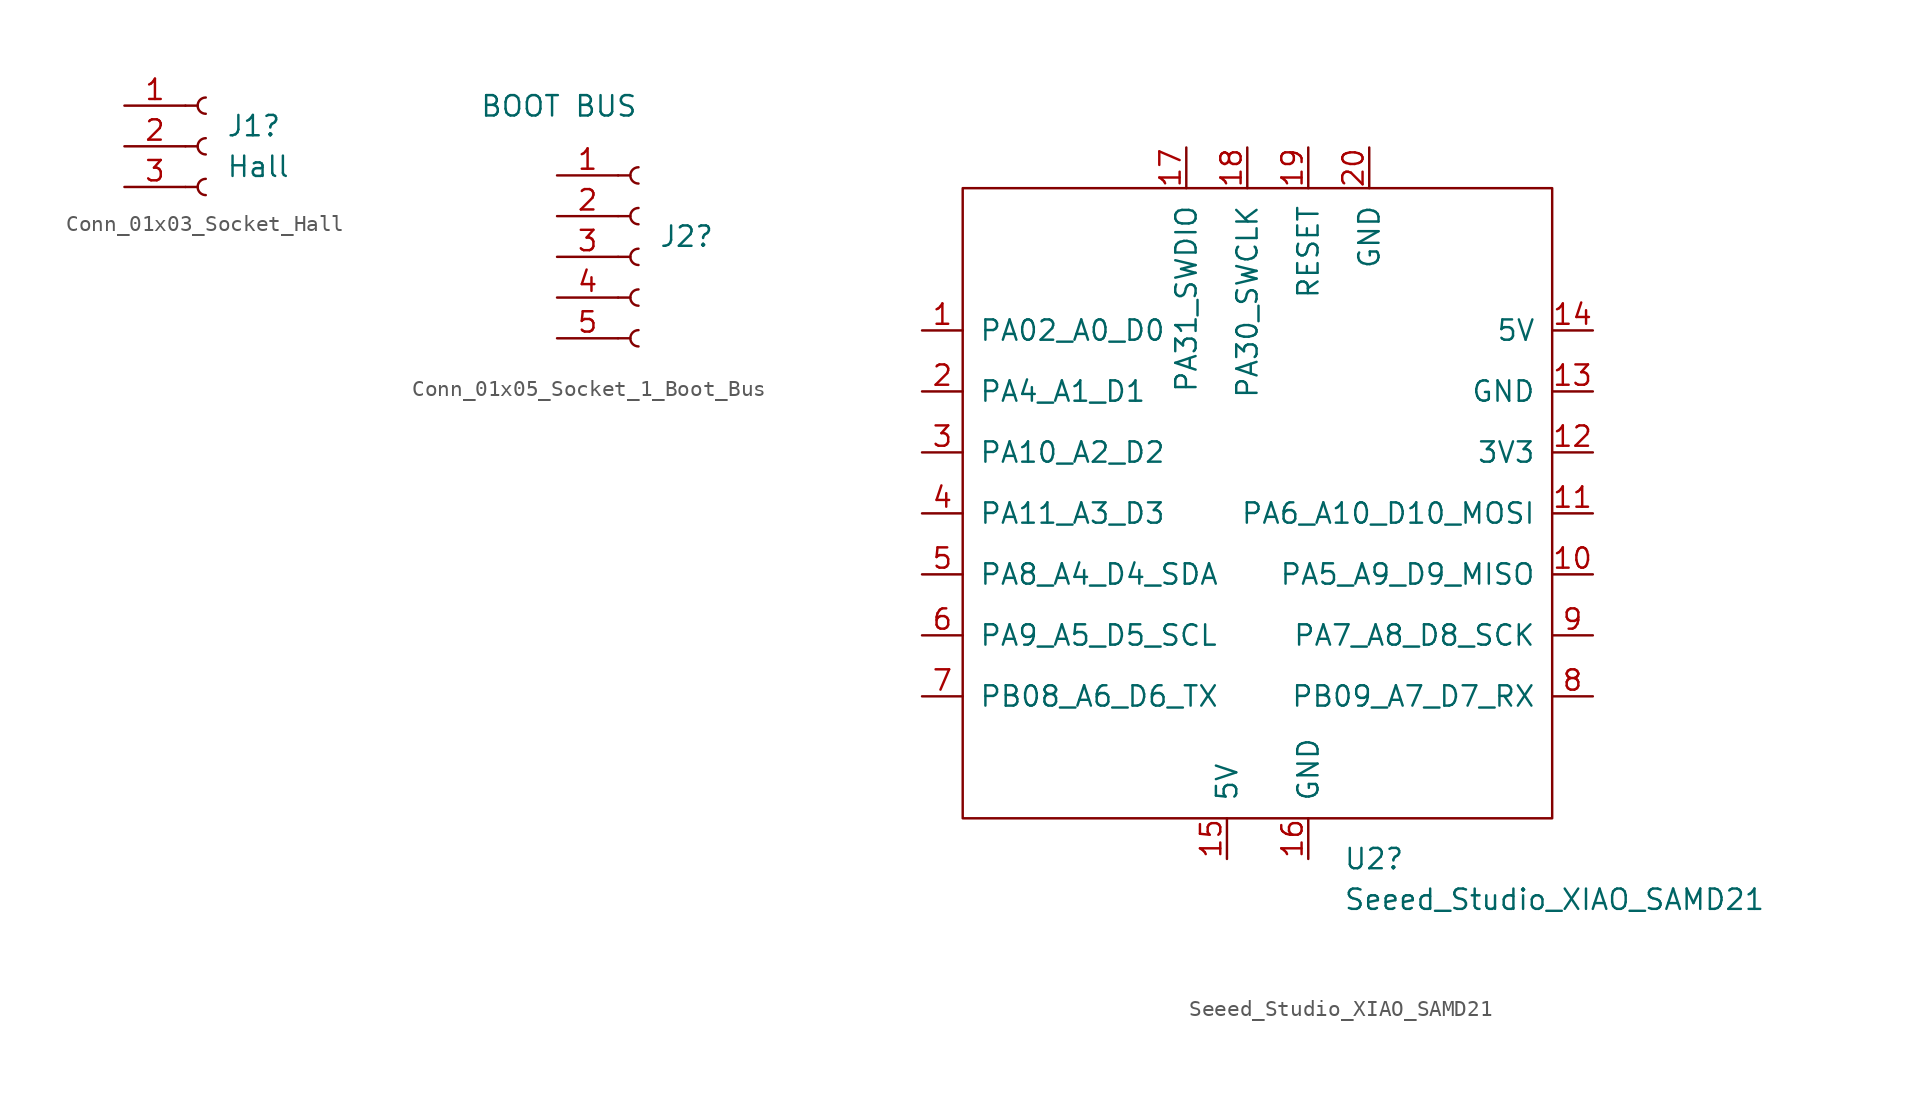
<source format=kicad_sym>
(kicad_symbol_lib
  (version 20231120)
  (generator "kicad_symbol_editor")
  (generator_version "8.0")
  (symbol "Conn_01x03_Socket_Hall"
    (pin_names
      (offset 1.016) hide)
    (property "Reference" "J1"
      (at 1.27 1.27 0)
      (effects (font (size 1.27 1.27)) (justify left)))
    (property "Value" "Hall"
      (at 1.27 -1.27 0)
      (effects (font (size 1.27 1.27)) (justify left)))
    (property "ki_locked" ""
      (at 0 0 0)
      (effects (font (size 1.27 1.27))))
    (symbol "Conn_01x03_Socket_Hall_1_1"
      (arc (start 0 -2.032) (mid -0.5058 -2.54) (end 0 -3.048) (stroke (width 0.1524) (type default)) (fill (type none)))
      (polyline (pts (xy -1.27 -2.54) (xy -0.508 -2.54)) (stroke (width 0.152) (type default)) (fill (type none)))
      (polyline (pts (xy -1.27 0) (xy -0.508 0)) (stroke (width 0.152) (type default)) (fill (type none)))
      (polyline (pts (xy -1.27 2.54) (xy -0.508 2.54)) (stroke (width 0.152) (type default)) (fill (type none)))
      (arc (start 0 0.508) (mid -0.5058 0) (end 0 -0.508) (stroke (width 0.1524) (type default)) (fill (type none)))
      (arc (start 0 3.048) (mid -0.5058 2.54) (end 0 2.032) (stroke (width 0.1524) (type default)) (fill (type none)))
      (pin power_in line (at -5.08 2.54 0) (length 3.81) (name "Pin_1" (effects (font (size 1.27 1.27)))) (number "1" (effects (font (size 1.27 1.27)))))
      (pin power_in line (at -5.08 0 0) (length 3.81) (name "Pin_2" (effects (font (size 1.27 1.27)))) (number "2" (effects (font (size 1.27 1.27)))))
      (pin output line (at -5.08 -2.54 0) (length 3.81) (name "Pin_3" (effects (font (size 1.27 1.27)))) (number "3" (effects (font (size 1.27 1.27)))))))
  (symbol "Conn_01x05_Socket_1_Boot_Bus"
    (pin_names
      (offset 1.016) hide)
    (property "Reference" "J2"
      (at 1.27 1.27 0)
      (effects (font (size 1.27 1.27)) (justify left)))
    (property "Value" "BOOT BUS"
      (at -9.906 9.398 0)
      (effects (font (size 1.27 1.27)) (justify left)))
    (property "ki_locked" ""
      (at 0 0 0)
      (effects (font (size 1.27 1.27))))
    (symbol "Conn_01x05_Socket_1_Boot_Bus_1_1"
      (arc (start 0 -4.572) (mid -0.5058 -5.08) (end 0 -5.588) (stroke (width 0.1524) (type default)) (fill (type none)))
      (arc (start 0 -2.032) (mid -0.5058 -2.54) (end 0 -3.048) (stroke (width 0.1524) (type default)) (fill (type none)))
      (polyline (pts (xy -1.27 -5.08) (xy -0.508 -5.08)) (stroke (width 0.152) (type default)) (fill (type none)))
      (polyline (pts (xy -1.27 -2.54) (xy -0.508 -2.54)) (stroke (width 0.152) (type default)) (fill (type none)))
      (polyline (pts (xy -1.27 0) (xy -0.508 0)) (stroke (width 0.152) (type default)) (fill (type none)))
      (polyline (pts (xy -1.27 2.54) (xy -0.508 2.54)) (stroke (width 0.152) (type default)) (fill (type none)))
      (polyline (pts (xy -1.27 5.08) (xy -0.508 5.08)) (stroke (width 0.152) (type default)) (fill (type none)))
      (arc (start 0 0.508) (mid -0.5058 0) (end 0 -0.508) (stroke (width 0.1524) (type default)) (fill (type none)))
      (arc (start 0 3.048) (mid -0.5058 2.54) (end 0 2.032) (stroke (width 0.1524) (type default)) (fill (type none)))
      (arc (start 0 5.588) (mid -0.5058 5.08) (end 0 4.572) (stroke (width 0.1524) (type default)) (fill (type none)))
      (pin passive line (at -5.08 5.08 0) (length 3.81) (name "Pin_1" (effects (font (size 1.27 1.27)))) (number "1" (effects (font (size 1.27 1.27)))))
      (pin passive line (at -5.08 2.54 0) (length 3.81) (name "Pin_2" (effects (font (size 1.27 1.27)))) (number "2" (effects (font (size 1.27 1.27)))))
      (pin power_out line (at -5.08 0 0) (length 3.81) (name "Pin_3" (effects (font (size 1.27 1.27)))) (number "3" (effects (font (size 1.27 1.27)))))
      (pin power_out line (at -5.08 -2.54 0) (length 3.81) (name "Pin_4" (effects (font (size 1.27 1.27)))) (number "4" (effects (font (size 1.27 1.27)))))
      (pin power_out line (at -5.08 -5.08 0) (length 3.81) (name "Pin_5" (effects (font (size 1.27 1.27)))) (number "5" (effects (font (size 1.27 1.27)))))))
  (symbol "Seeed_Studio_XIAO_SAMD21"
    (pin_names
      (offset 1.016))
    (property "Reference" "U2"
      (at 4.734 -21.59 0)
      (effects (font (size 1.27 1.27)) (justify left)))
    (property "Value" "Seeed_Studio_XIAO_SAMD21"
      (at 4.734 -24.13 0)
      (effects (font (size 1.27 1.27)) (justify left)))
    (symbol "Seeed_Studio_XIAO_SAMD21_0_1"
      (rectangle (start -19.05 20.32) (end 17.78 -19.05) (stroke (width 0) (type default)) (fill (type none))))
    (symbol "Seeed_Studio_XIAO_SAMD21_1_1"
      (pin input line (at -21.59 11.43 0) (length 2.54) (name "PA02_A0_D0" (effects (font (size 1.27 1.27)))) (number "1" (effects (font (size 1.27 1.27)))))
      (pin unspecified line (at 20.32 -3.81 180) (length 2.54) (name "PA5_A9_D9_MISO" (effects (font (size 1.27 1.27)))) (number "10" (effects (font (size 1.27 1.27)))))
      (pin unspecified line (at 20.32 0 180) (length 2.54) (name "PA6_A10_D10_MOSI" (effects (font (size 1.27 1.27)))) (number "11" (effects (font (size 1.27 1.27)))))
      (pin power_out line (at 20.32 3.81 180) (length 2.54) (name "3V3" (effects (font (size 1.27 1.27)))) (number "12" (effects (font (size 1.27 1.27)))))
      (pin power_in line (at 20.32 7.62 180) (length 2.54) (name "GND" (effects (font (size 1.27 1.27)))) (number "13" (effects (font (size 1.27 1.27)))))
      (pin power_in line (at 20.32 11.43 180) (length 2.54) (name "5V" (effects (font (size 1.27 1.27)))) (number "14" (effects (font (size 1.27 1.27)))))
      (pin power_in line (at -2.54 -21.59 90) (length 2.54) (name "5V" (effects (font (size 1.27 1.27)))) (number "15" (effects (font (size 1.27 1.27)))))
      (pin power_in line (at 2.54 -21.59 90) (length 2.54) (name "GND" (effects (font (size 1.27 1.27)))) (number "16" (effects (font (size 1.27 1.27)))))
      (pin input line (at -5.08 22.86 270) (length 2.54) (name "PA31_SWDIO" (effects (font (size 1.27 1.27)))) (number "17" (effects (font (size 1.27 1.27)))))
      (pin input line (at -1.27 22.86 270) (length 2.54) (name "PA30_SWCLK" (effects (font (size 1.27 1.27)))) (number "18" (effects (font (size 1.27 1.27)))))
      (pin input line (at 2.54 22.86 270) (length 2.54) (name "RESET" (effects (font (size 1.27 1.27)))) (number "19" (effects (font (size 1.27 1.27)))))
      (pin output line (at -21.59 7.62 0) (length 2.54) (name "PA4_A1_D1" (effects (font (size 1.27 1.27)))) (number "2" (effects (font (size 1.27 1.27)))))
      (pin power_in line (at 6.35 22.86 270) (length 2.54) (name "GND" (effects (font (size 1.27 1.27)))) (number "20" (effects (font (size 1.27 1.27)))))
      (pin input line (at -21.59 3.81 0) (length 2.54) (name "PA10_A2_D2" (effects (font (size 1.27 1.27)))) (number "3" (effects (font (size 1.27 1.27)))))
      (pin input line (at -21.59 0 0) (length 2.54) (name "PA11_A3_D3" (effects (font (size 1.27 1.27)))) (number "4" (effects (font (size 1.27 1.27)))))
      (pin bidirectional line (at -21.59 -3.81 0) (length 2.54) (name "PA8_A4_D4_SDA" (effects (font (size 1.27 1.27)))) (number "5" (effects (font (size 1.27 1.27)))))
      (pin output line (at -21.59 -7.62 0) (length 2.54) (name "PA9_A5_D5_SCL" (effects (font (size 1.27 1.27)))) (number "6" (effects (font (size 1.27 1.27)))))
      (pin unspecified line (at -21.59 -11.43 0) (length 2.54) (name "PB08_A6_D6_TX" (effects (font (size 1.27 1.27)))) (number "7" (effects (font (size 1.27 1.27)))))
      (pin unspecified line (at 20.32 -11.43 180) (length 2.54) (name "PB09_A7_D7_RX" (effects (font (size 1.27 1.27)))) (number "8" (effects (font (size 1.27 1.27)))))
      (pin unspecified line (at 20.32 -7.62 180) (length 2.54) (name "PA7_A8_D8_SCK" (effects (font (size 1.27 1.27)))) (number "9" (effects (font (size 1.27 1.27))))))))
</source>
